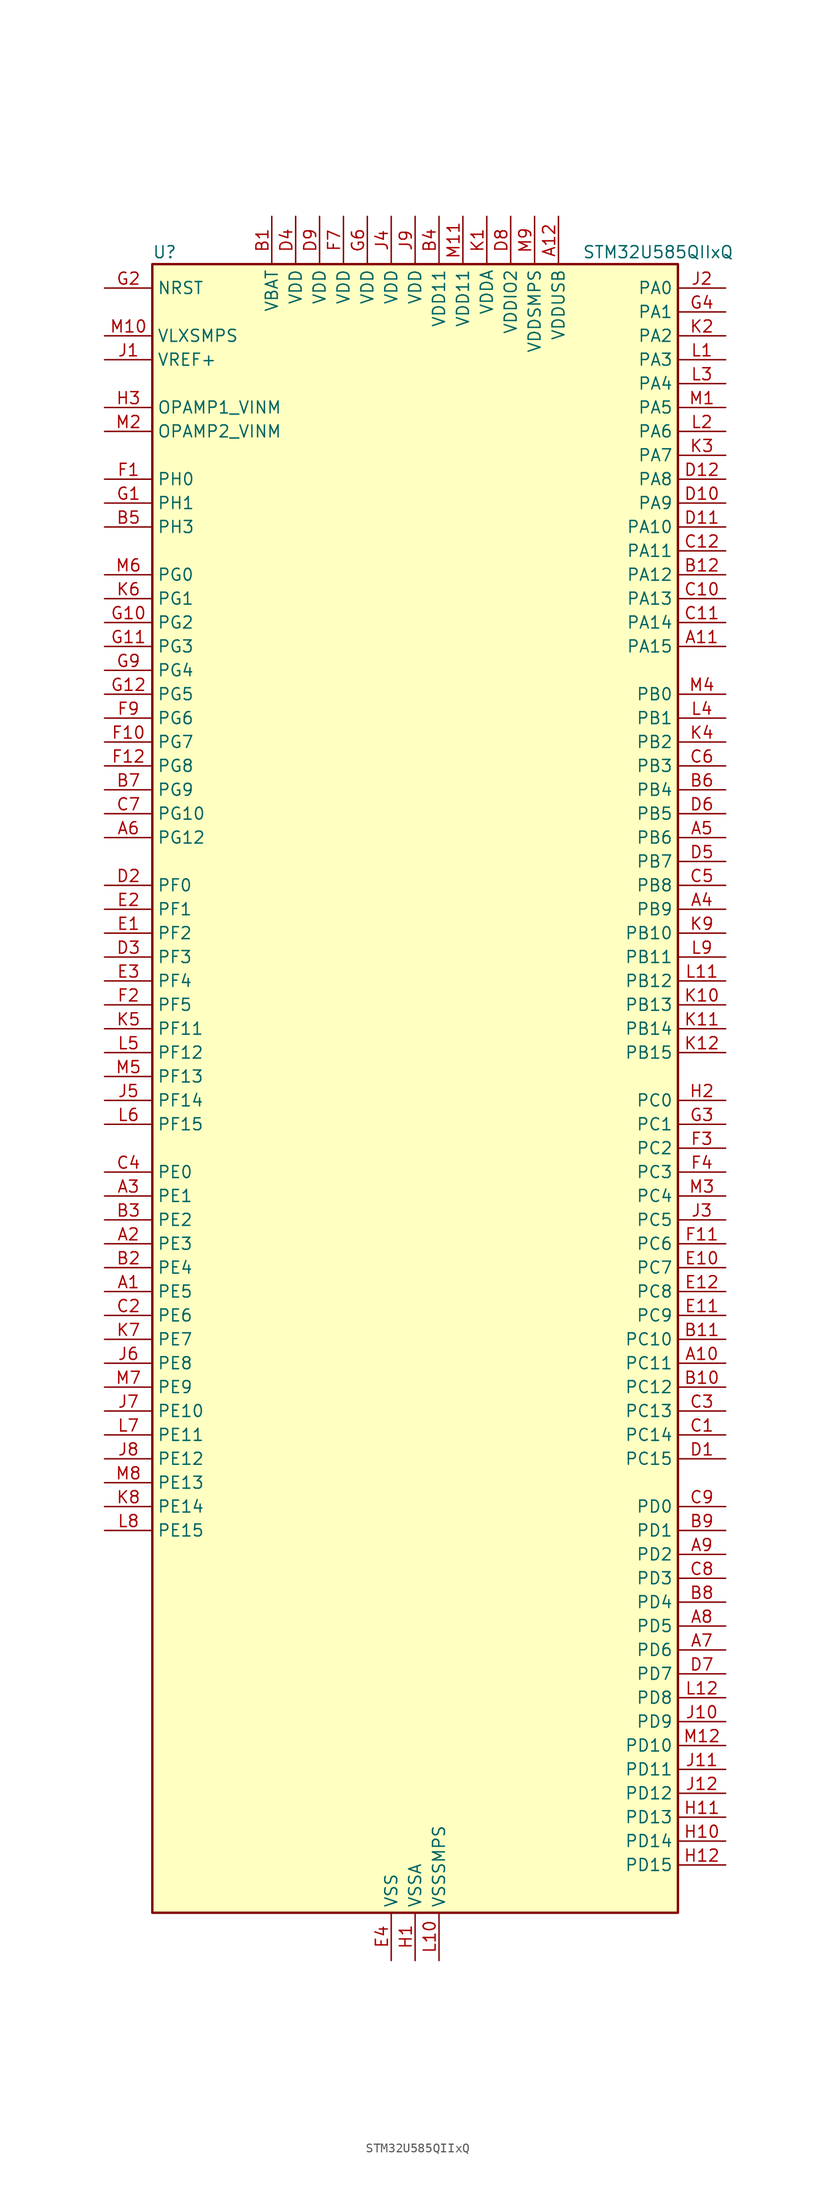
<source format=kicad_sym>
(kicad_symbol_lib
  (version 20211014)
  (generator kicad-library-utils)
  (symbol "STM32U585QIIxQ"
    (property "Reference" "U"
      (at -27.94 90.17 0)
      (effects (font (size 1.27 1.27)) (justify left)))
    (property "Value" "STM32U585QIIxQ"
      (at 17.78 90.17 0)
      (effects (font (size 1.27 1.27)) (justify left)))
    (property "ki_fp_filters" "*UFBGA*7x7mm*Layout12x12*P0.5mm*"
      (at 0.0 0.0 0.0)
      (effects (font (size 1.27 1.27))))
    (symbol "STM32U585QIIxQ_0_1"
      (rectangle (start -27.94 -86.36) (end 27.94 88.9) (stroke (width 0.254)) (fill (type background))))
    (symbol "STM32U585QIIxQ_1_1"
      (pin input line (at -33.02 86.36 0) (length 5.08) (name "NRST" (effects (font (size 1.27 1.27)))) (number "G2" (effects (font (size 1.27 1.27)))))
      (pin power_in line (at -33.02 81.28 0) (length 5.08) (name "VLXSMPS" (effects (font (size 1.27 1.27)))) (number "M10" (effects (font (size 1.27 1.27)))))
      (pin input line (at -33.02 78.74 0) (length 5.08) (name "VREF+" (effects (font (size 1.27 1.27)))) (number "J1" (effects (font (size 1.27 1.27)))) (alternate "VREFBUF_OUT" bidirectional line))
      (pin bidirectional line (at -33.02 73.66 0) (length 5.08) (name "OPAMP1_VINM" (effects (font (size 1.27 1.27)))) (number "H3" (effects (font (size 1.27 1.27)))) (alternate "OPAMP1_VINM" bidirectional line))
      (pin bidirectional line (at -33.02 71.12 0) (length 5.08) (name "OPAMP2_VINM" (effects (font (size 1.27 1.27)))) (number "M2" (effects (font (size 1.27 1.27)))) (alternate "OPAMP2_VINM" bidirectional line))
      (pin bidirectional line (at -33.02 66.04 0) (length 5.08) (name "PH0" (effects (font (size 1.27 1.27)))) (number "F1" (effects (font (size 1.27 1.27)))) (alternate "RCC_OSC_IN" bidirectional line))
      (pin bidirectional line (at -33.02 63.5 0) (length 5.08) (name "PH1" (effects (font (size 1.27 1.27)))) (number "G1" (effects (font (size 1.27 1.27)))) (alternate "RCC_OSC_OUT" bidirectional line))
      (pin bidirectional line (at -33.02 60.96 0) (length 5.08) (name "PH3" (effects (font (size 1.27 1.27)))) (number "B5" (effects (font (size 1.27 1.27)))))
      (pin bidirectional line (at -33.02 55.88 0) (length 5.08) (name "PG0" (effects (font (size 1.27 1.27)))) (number "M6" (effects (font (size 1.27 1.27)))) (alternate "ADC4_IN7" bidirectional line) (alternate "FMC_A10" bidirectional line) (alternate "OCTOSPIM_P2_IO4" bidirectional line) (alternate "TSC_G8_IO3" bidirectional line))
      (pin bidirectional line (at -33.02 53.34 0) (length 5.08) (name "PG1" (effects (font (size 1.27 1.27)))) (number "K6" (effects (font (size 1.27 1.27)))) (alternate "ADC4_IN8" bidirectional line) (alternate "FMC_A11" bidirectional line) (alternate "OCTOSPIM_P2_IO5" bidirectional line) (alternate "TSC_G8_IO4" bidirectional line))
      (pin bidirectional line (at -33.02 50.8 0) (length 5.08) (name "PG2" (effects (font (size 1.27 1.27)))) (number "G10" (effects (font (size 1.27 1.27)))) (alternate "FMC_A12" bidirectional line) (alternate "SAI2_SCK_B" bidirectional line) (alternate "SPI1_SCK" bidirectional line))
      (pin bidirectional line (at -33.02 48.26 0) (length 5.08) (name "PG3" (effects (font (size 1.27 1.27)))) (number "G11" (effects (font (size 1.27 1.27)))) (alternate "FMC_A13" bidirectional line) (alternate "SAI2_FS_B" bidirectional line) (alternate "SPI1_MISO" bidirectional line))
      (pin bidirectional line (at -33.02 45.72 0) (length 5.08) (name "PG4" (effects (font (size 1.27 1.27)))) (number "G9" (effects (font (size 1.27 1.27)))) (alternate "FMC_A14" bidirectional line) (alternate "SAI2_MCLK_B" bidirectional line) (alternate "SPI1_MOSI" bidirectional line))
      (pin bidirectional line (at -33.02 43.18 0) (length 5.08) (name "PG5" (effects (font (size 1.27 1.27)))) (number "G12" (effects (font (size 1.27 1.27)))) (alternate "FMC_A15" bidirectional line) (alternate "LPUART1_CTS" bidirectional line) (alternate "SAI2_SD_B" bidirectional line) (alternate "SPI1_NSS" bidirectional line))
      (pin bidirectional line (at -33.02 40.64 0) (length 5.08) (name "PG6" (effects (font (size 1.27 1.27)))) (number "F9" (effects (font (size 1.27 1.27)))) (alternate "I2C3_SMBA" bidirectional line) (alternate "LPUART1_DE" bidirectional line) (alternate "LPUART1_RTS" bidirectional line) (alternate "OCTOSPIM_P1_DQS" bidirectional line) (alternate "SPI1_RDY" bidirectional line) (alternate "UCPD1_FRSTX1" bidirectional line))
      (pin bidirectional line (at -33.02 38.1 0) (length 5.08) (name "PG7" (effects (font (size 1.27 1.27)))) (number "F10" (effects (font (size 1.27 1.27)))) (alternate "FMC_INT" bidirectional line) (alternate "I2C3_SCL" bidirectional line) (alternate "LPUART1_TX" bidirectional line) (alternate "MDF1_CCK0" bidirectional line) (alternate "OCTOSPIM_P2_DQS" bidirectional line) (alternate "SAI1_CK1" bidirectional line) (alternate "SAI1_MCLK_A" bidirectional line) (alternate "UCPD1_FRSTX2" bidirectional line))
      (pin bidirectional line (at -33.02 35.56 0) (length 5.08) (name "PG8" (effects (font (size 1.27 1.27)))) (number "F12" (effects (font (size 1.27 1.27)))) (alternate "I2C3_SDA" bidirectional line) (alternate "LPUART1_RX" bidirectional line))
      (pin bidirectional line (at -33.02 33.02 0) (length 5.08) (name "PG9" (effects (font (size 1.27 1.27)))) (number "B7" (effects (font (size 1.27 1.27)))) (alternate "DAC1_EXTI9" bidirectional line) (alternate "FMC_NCE" bidirectional line) (alternate "FMC_NE2" bidirectional line) (alternate "OCTOSPIM_P2_IO6" bidirectional line) (alternate "SAI2_SCK_A" bidirectional line) (alternate "SPI3_SCK" bidirectional line) (alternate "TIM15_CH1N" bidirectional line) (alternate "USART1_TX" bidirectional line))
      (pin bidirectional line (at -33.02 30.48 0) (length 5.08) (name "PG10" (effects (font (size 1.27 1.27)))) (number "C7" (effects (font (size 1.27 1.27)))) (alternate "FMC_NE3" bidirectional line) (alternate "LPTIM1_IN1" bidirectional line) (alternate "OCTOSPIM_P2_IO7" bidirectional line) (alternate "SAI2_FS_A" bidirectional line) (alternate "SPI3_MISO" bidirectional line) (alternate "TIM15_CH1" bidirectional line) (alternate "USART1_RX" bidirectional line))
      (pin bidirectional line (at -33.02 27.94 0) (length 5.08) (name "PG12" (effects (font (size 1.27 1.27)))) (number "A6" (effects (font (size 1.27 1.27)))) (alternate "FMC_NE4" bidirectional line) (alternate "LPTIM1_ETR" bidirectional line) (alternate "OCTOSPIM_P2_NCS" bidirectional line) (alternate "SAI2_SD_A" bidirectional line) (alternate "SPI3_NSS" bidirectional line) (alternate "USART1_DE" bidirectional line) (alternate "USART1_RTS" bidirectional line))
      (pin bidirectional line (at -33.02 22.86 0) (length 5.08) (name "PF0" (effects (font (size 1.27 1.27)))) (number "D2" (effects (font (size 1.27 1.27)))) (alternate "FMC_A0" bidirectional line) (alternate "I2C2_SDA" bidirectional line) (alternate "OCTOSPIM_P2_IO0" bidirectional line))
      (pin bidirectional line (at -33.02 20.32 0) (length 5.08) (name "PF1" (effects (font (size 1.27 1.27)))) (number "E2" (effects (font (size 1.27 1.27)))) (alternate "FMC_A1" bidirectional line) (alternate "I2C2_SCL" bidirectional line) (alternate "OCTOSPIM_P2_IO1" bidirectional line))
      (pin bidirectional line (at -33.02 17.78 0) (length 5.08) (name "PF2" (effects (font (size 1.27 1.27)))) (number "E1" (effects (font (size 1.27 1.27)))) (alternate "FMC_A2" bidirectional line) (alternate "I2C2_SMBA" bidirectional line) (alternate "LPTIM3_CH2" bidirectional line) (alternate "OCTOSPIM_P2_IO2" bidirectional line) (alternate "PWR_WKUP8" bidirectional line))
      (pin bidirectional line (at -33.02 15.24 0) (length 5.08) (name "PF3" (effects (font (size 1.27 1.27)))) (number "D3" (effects (font (size 1.27 1.27)))) (alternate "FMC_A3" bidirectional line) (alternate "LPTIM3_IN1" bidirectional line) (alternate "OCTOSPIM_P2_IO3" bidirectional line))
      (pin bidirectional line (at -33.02 12.7 0) (length 5.08) (name "PF4" (effects (font (size 1.27 1.27)))) (number "E3" (effects (font (size 1.27 1.27)))) (alternate "FMC_A4" bidirectional line) (alternate "LPTIM3_ETR" bidirectional line) (alternate "OCTOSPIM_P2_CLK" bidirectional line))
      (pin bidirectional line (at -33.02 10.16 0) (length 5.08) (name "PF5" (effects (font (size 1.27 1.27)))) (number "F2" (effects (font (size 1.27 1.27)))) (alternate "FMC_A5" bidirectional line) (alternate "LPTIM3_CH1" bidirectional line) (alternate "OCTOSPIM_P2_NCLK" bidirectional line))
      (pin bidirectional line (at -33.02 7.62 0) (length 5.08) (name "PF11" (effects (font (size 1.27 1.27)))) (number "K5" (effects (font (size 1.27 1.27)))) (alternate "ADC1_EXTI11" bidirectional line) (alternate "DCMI_D12" bidirectional line) (alternate "LPTIM4_IN1" bidirectional line) (alternate "OCTOSPIM_P1_NCLK" bidirectional line) (alternate "PSSI_D12" bidirectional line))
      (pin bidirectional line (at -33.02 5.08 0) (length 5.08) (name "PF12" (effects (font (size 1.27 1.27)))) (number "L5" (effects (font (size 1.27 1.27)))) (alternate "FMC_A6" bidirectional line) (alternate "LPTIM4_ETR" bidirectional line) (alternate "OCTOSPIM_P2_DQS" bidirectional line))
      (pin bidirectional line (at -33.02 2.54 0) (length 5.08) (name "PF13" (effects (font (size 1.27 1.27)))) (number "M5" (effects (font (size 1.27 1.27)))) (alternate "FMC_A7" bidirectional line) (alternate "I2C4_SMBA" bidirectional line) (alternate "LPTIM4_OUT" bidirectional line) (alternate "UCPD1_FRSTX2" bidirectional line))
      (pin bidirectional line (at -33.02 0.0 0) (length 5.08) (name "PF14" (effects (font (size 1.27 1.27)))) (number "J5" (effects (font (size 1.27 1.27)))) (alternate "ADC4_IN5" bidirectional line) (alternate "FMC_A8" bidirectional line) (alternate "I2C4_SCL" bidirectional line) (alternate "TSC_G8_IO1" bidirectional line))
      (pin bidirectional line (at -33.02 -2.54 0) (length 5.08) (name "PF15" (effects (font (size 1.27 1.27)))) (number "L6" (effects (font (size 1.27 1.27)))) (alternate "ADC1_EXTI15" bidirectional line) (alternate "ADC4_EXTI15" bidirectional line) (alternate "ADC4_IN6" bidirectional line) (alternate "FMC_A9" bidirectional line) (alternate "I2C4_SDA" bidirectional line) (alternate "TSC_G8_IO2" bidirectional line))
      (pin bidirectional line (at -33.02 -7.62 0) (length 5.08) (name "PE0" (effects (font (size 1.27 1.27)))) (number "C4" (effects (font (size 1.27 1.27)))) (alternate "DCMI_D2" bidirectional line) (alternate "FMC_NBL0" bidirectional line) (alternate "PSSI_D2" bidirectional line) (alternate "TIM16_CH1" bidirectional line) (alternate "TIM4_ETR" bidirectional line))
      (pin bidirectional line (at -33.02 -10.16 0) (length 5.08) (name "PE1" (effects (font (size 1.27 1.27)))) (number "A3" (effects (font (size 1.27 1.27)))) (alternate "DCMI_D3" bidirectional line) (alternate "FMC_NBL1" bidirectional line) (alternate "PSSI_D3" bidirectional line) (alternate "TIM17_CH1" bidirectional line))
      (pin bidirectional line (at -33.02 -12.7 0) (length 5.08) (name "PE2" (effects (font (size 1.27 1.27)))) (number "B3" (effects (font (size 1.27 1.27)))) (alternate "DEBUG_TRACECLK" bidirectional line) (alternate "FMC_A23" bidirectional line) (alternate "SAI1_CK1" bidirectional line) (alternate "SAI1_MCLK_A" bidirectional line) (alternate "TIM3_ETR" bidirectional line) (alternate "TSC_G7_IO1" bidirectional line))
      (pin bidirectional line (at -33.02 -15.24 0) (length 5.08) (name "PE3" (effects (font (size 1.27 1.27)))) (number "A2" (effects (font (size 1.27 1.27)))) (alternate "DEBUG_TRACED0" bidirectional line) (alternate "FMC_A19" bidirectional line) (alternate "OCTOSPIM_P1_DQS" bidirectional line) (alternate "SAI1_SD_B" bidirectional line) (alternate "TAMP_IN6" bidirectional line) (alternate "TAMP_OUT3" bidirectional line) (alternate "TIM3_CH1" bidirectional line) (alternate "TSC_G7_IO2" bidirectional line))
      (pin bidirectional line (at -33.02 -17.78 0) (length 5.08) (name "PE4" (effects (font (size 1.27 1.27)))) (number "B2" (effects (font (size 1.27 1.27)))) (alternate "DCMI_D4" bidirectional line) (alternate "DEBUG_TRACED1" bidirectional line) (alternate "FMC_A20" bidirectional line) (alternate "MDF1_SDI3" bidirectional line) (alternate "PSSI_D4" bidirectional line) (alternate "PWR_WKUP1" bidirectional line) (alternate "SAI1_D2" bidirectional line) (alternate "SAI1_FS_A" bidirectional line) (alternate "TAMP_IN7" bidirectional line) (alternate "TAMP_OUT8" bidirectional line) (alternate "TIM3_CH2" bidirectional line) (alternate "TSC_G7_IO3" bidirectional line))
      (pin bidirectional line (at -33.02 -20.32 0) (length 5.08) (name "PE5" (effects (font (size 1.27 1.27)))) (number "A1" (effects (font (size 1.27 1.27)))) (alternate "DCMI_D6" bidirectional line) (alternate "DEBUG_TRACED2" bidirectional line) (alternate "FMC_A21" bidirectional line) (alternate "MDF1_CKI3" bidirectional line) (alternate "PSSI_D6" bidirectional line) (alternate "PWR_WKUP2" bidirectional line) (alternate "SAI1_CK2" bidirectional line) (alternate "SAI1_SCK_A" bidirectional line) (alternate "TAMP_IN8" bidirectional line) (alternate "TAMP_OUT7" bidirectional line) (alternate "TIM3_CH3" bidirectional line) (alternate "TSC_G7_IO4" bidirectional line))
      (pin bidirectional line (at -33.02 -22.86 0) (length 5.08) (name "PE6" (effects (font (size 1.27 1.27)))) (number "C2" (effects (font (size 1.27 1.27)))) (alternate "DCMI_D7" bidirectional line) (alternate "DEBUG_TRACED3" bidirectional line) (alternate "FMC_A22" bidirectional line) (alternate "PSSI_D7" bidirectional line) (alternate "PWR_WKUP3" bidirectional line) (alternate "SAI1_D1" bidirectional line) (alternate "SAI1_SD_A" bidirectional line) (alternate "TAMP_IN3" bidirectional line) (alternate "TAMP_OUT6" bidirectional line) (alternate "TIM3_CH4" bidirectional line))
      (pin bidirectional line (at -33.02 -25.4 0) (length 5.08) (name "PE7" (effects (font (size 1.27 1.27)))) (number "K7" (effects (font (size 1.27 1.27)))) (alternate "FMC_D4" bidirectional line) (alternate "FMC_DA4" bidirectional line) (alternate "MDF1_SDI2" bidirectional line) (alternate "PWR_WKUP6" bidirectional line) (alternate "SAI1_SD_B" bidirectional line) (alternate "TIM1_ETR" bidirectional line))
      (pin bidirectional line (at -33.02 -27.94 0) (length 5.08) (name "PE8" (effects (font (size 1.27 1.27)))) (number "J6" (effects (font (size 1.27 1.27)))) (alternate "FMC_D5" bidirectional line) (alternate "FMC_DA5" bidirectional line) (alternate "MDF1_CKI2" bidirectional line) (alternate "PWR_WKUP7" bidirectional line) (alternate "SAI1_SCK_B" bidirectional line) (alternate "TIM1_CH1N" bidirectional line))
      (pin bidirectional line (at -33.02 -30.48 0) (length 5.08) (name "PE9" (effects (font (size 1.27 1.27)))) (number "M7" (effects (font (size 1.27 1.27)))) (alternate "ADF1_CCK0" bidirectional line) (alternate "DAC1_EXTI9" bidirectional line) (alternate "FMC_D6" bidirectional line) (alternate "FMC_DA6" bidirectional line) (alternate "MDF1_CCK0" bidirectional line) (alternate "OCTOSPIM_P1_NCLK" bidirectional line) (alternate "SAI1_FS_B" bidirectional line) (alternate "TIM1_CH1" bidirectional line))
      (pin bidirectional line (at -33.02 -33.02 0) (length 5.08) (name "PE10" (effects (font (size 1.27 1.27)))) (number "J7" (effects (font (size 1.27 1.27)))) (alternate "ADF1_SDI0" bidirectional line) (alternate "FMC_D7" bidirectional line) (alternate "FMC_DA7" bidirectional line) (alternate "MDF1_SDI4" bidirectional line) (alternate "OCTOSPIM_P1_CLK" bidirectional line) (alternate "SAI1_MCLK_B" bidirectional line) (alternate "TIM1_CH2N" bidirectional line) (alternate "TSC_G5_IO1" bidirectional line))
      (pin bidirectional line (at -33.02 -35.56 0) (length 5.08) (name "PE11" (effects (font (size 1.27 1.27)))) (number "L7" (effects (font (size 1.27 1.27)))) (alternate "ADC1_EXTI11" bidirectional line) (alternate "FMC_D8" bidirectional line) (alternate "FMC_DA8" bidirectional line) (alternate "MDF1_CKI4" bidirectional line) (alternate "OCTOSPIM_P1_NCS" bidirectional line) (alternate "SPI1_RDY" bidirectional line) (alternate "TIM1_CH2" bidirectional line) (alternate "TSC_G5_IO2" bidirectional line))
      (pin bidirectional line (at -33.02 -38.1 0) (length 5.08) (name "PE12" (effects (font (size 1.27 1.27)))) (number "J8" (effects (font (size 1.27 1.27)))) (alternate "FMC_D9" bidirectional line) (alternate "FMC_DA9" bidirectional line) (alternate "MDF1_SDI5" bidirectional line) (alternate "OCTOSPIM_P1_IO0" bidirectional line) (alternate "SPI1_NSS" bidirectional line) (alternate "TIM1_CH3N" bidirectional line) (alternate "TSC_G5_IO3" bidirectional line))
      (pin bidirectional line (at -33.02 -40.64 0) (length 5.08) (name "PE13" (effects (font (size 1.27 1.27)))) (number "M8" (effects (font (size 1.27 1.27)))) (alternate "FMC_D10" bidirectional line) (alternate "FMC_DA10" bidirectional line) (alternate "MDF1_CKI5" bidirectional line) (alternate "OCTOSPIM_P1_IO1" bidirectional line) (alternate "SPI1_SCK" bidirectional line) (alternate "TIM1_CH3" bidirectional line) (alternate "TSC_G5_IO4" bidirectional line))
      (pin bidirectional line (at -33.02 -43.18 0) (length 5.08) (name "PE14" (effects (font (size 1.27 1.27)))) (number "K8" (effects (font (size 1.27 1.27)))) (alternate "FMC_D11" bidirectional line) (alternate "FMC_DA11" bidirectional line) (alternate "OCTOSPIM_P1_IO2" bidirectional line) (alternate "SPI1_MISO" bidirectional line) (alternate "TIM1_BKIN2" bidirectional line) (alternate "TIM1_CH4" bidirectional line))
      (pin bidirectional line (at -33.02 -45.72 0) (length 5.08) (name "PE15" (effects (font (size 1.27 1.27)))) (number "L8" (effects (font (size 1.27 1.27)))) (alternate "ADC1_EXTI15" bidirectional line) (alternate "ADC4_EXTI15" bidirectional line) (alternate "FMC_D12" bidirectional line) (alternate "FMC_DA12" bidirectional line) (alternate "OCTOSPIM_P1_IO3" bidirectional line) (alternate "SPI1_MOSI" bidirectional line) (alternate "TIM1_BKIN" bidirectional line) (alternate "TIM1_CH4N" bidirectional line))
      (pin bidirectional line (at 33.02 86.36 180) (length 5.08) (name "PA0" (effects (font (size 1.27 1.27)))) (number "J2" (effects (font (size 1.27 1.27)))) (alternate "ADC1_IN5" bidirectional line) (alternate "AUDIOCLK" bidirectional line) (alternate "OCTOSPIM_P2_NCS" bidirectional line) (alternate "OPAMP1_VINP" bidirectional line) (alternate "PWR_WKUP1" bidirectional line) (alternate "SDMMC2_CMD" bidirectional line) (alternate "SPI3_RDY" bidirectional line) (alternate "TAMP_IN2" bidirectional line) (alternate "TAMP_OUT1" bidirectional line) (alternate "TIM2_CH1" bidirectional line) (alternate "TIM2_ETR" bidirectional line) (alternate "TIM5_CH1" bidirectional line) (alternate "TIM8_ETR" bidirectional line) (alternate "UART4_TX" bidirectional line) (alternate "USART2_CTS" bidirectional line))
      (pin bidirectional line (at 33.02 83.82 180) (length 5.08) (name "PA1" (effects (font (size 1.27 1.27)))) (number "G4" (effects (font (size 1.27 1.27)))) (alternate "ADC1_IN6" bidirectional line) (alternate "I2C1_SMBA" bidirectional line) (alternate "LPTIM1_CH2" bidirectional line) (alternate "OCTOSPIM_P1_DQS" bidirectional line) (alternate "OPAMP1_VINM" bidirectional line) (alternate "PWR_WKUP3" bidirectional line) (alternate "SPI1_SCK" bidirectional line) (alternate "TAMP_IN5" bidirectional line) (alternate "TAMP_OUT4" bidirectional line) (alternate "TIM15_CH1N" bidirectional line) (alternate "TIM2_CH2" bidirectional line) (alternate "TIM5_CH2" bidirectional line) (alternate "UART4_RX" bidirectional line) (alternate "USART2_DE" bidirectional line) (alternate "USART2_RTS" bidirectional line))
      (pin bidirectional line (at 33.02 81.28 180) (length 5.08) (name "PA2" (effects (font (size 1.27 1.27)))) (number "K2" (effects (font (size 1.27 1.27)))) (alternate "ADC1_IN7" bidirectional line) (alternate "COMP1_INP" bidirectional line) (alternate "LPUART1_TX" bidirectional line) (alternate "OCTOSPIM_P1_NCS" bidirectional line) (alternate "PWR_WKUP4" bidirectional line) (alternate "RCC_LSCO" bidirectional line) (alternate "SPI1_RDY" bidirectional line) (alternate "TIM15_CH1" bidirectional line) (alternate "TIM2_CH3" bidirectional line) (alternate "TIM5_CH3" bidirectional line) (alternate "UCPD1_FRSTX1" bidirectional line) (alternate "USART2_TX" bidirectional line))
      (pin bidirectional line (at 33.02 78.74 180) (length 5.08) (name "PA3" (effects (font (size 1.27 1.27)))) (number "L1" (effects (font (size 1.27 1.27)))) (alternate "ADC1_IN8" bidirectional line) (alternate "LPUART1_RX" bidirectional line) (alternate "OCTOSPIM_P1_CLK" bidirectional line) (alternate "OPAMP1_VOUT" bidirectional line) (alternate "PWR_WKUP5" bidirectional line) (alternate "SAI1_CK1" bidirectional line) (alternate "SAI1_MCLK_A" bidirectional line) (alternate "TIM15_CH2" bidirectional line) (alternate "TIM2_CH4" bidirectional line) (alternate "TIM5_CH4" bidirectional line) (alternate "USART2_RX" bidirectional line))
      (pin bidirectional line (at 33.02 76.2 180) (length 5.08) (name "PA4" (effects (font (size 1.27 1.27)))) (number "L3" (effects (font (size 1.27 1.27)))) (alternate "ADC1_IN9" bidirectional line) (alternate "ADC4_IN9" bidirectional line) (alternate "DAC1_OUT1" bidirectional line) (alternate "DCMI_HSYNC" bidirectional line) (alternate "LPTIM2_CH1" bidirectional line) (alternate "OCTOSPIM_P1_NCS" bidirectional line) (alternate "PSSI_DE" bidirectional line) (alternate "PWR_WKUP2" bidirectional line) (alternate "SAI1_FS_B" bidirectional line) (alternate "SPI1_NSS" bidirectional line) (alternate "SPI3_NSS" bidirectional line) (alternate "USART2_CK" bidirectional line))
      (pin bidirectional line (at 33.02 73.66 180) (length 5.08) (name "PA5" (effects (font (size 1.27 1.27)))) (number "M1" (effects (font (size 1.27 1.27)))) (alternate "ADC1_IN10" bidirectional line) (alternate "ADC4_IN10" bidirectional line) (alternate "DAC1_OUT2" bidirectional line) (alternate "LPTIM2_ETR" bidirectional line) (alternate "PSSI_D14" bidirectional line) (alternate "PWR_CSLEEP" bidirectional line) (alternate "PWR_WKUP6" bidirectional line) (alternate "SPI1_SCK" bidirectional line) (alternate "TIM2_CH1" bidirectional line) (alternate "TIM2_ETR" bidirectional line) (alternate "TIM8_CH1N" bidirectional line) (alternate "USART3_RX" bidirectional line))
      (pin bidirectional line (at 33.02 71.12 180) (length 5.08) (name "PA6" (effects (font (size 1.27 1.27)))) (number "L2" (effects (font (size 1.27 1.27)))) (alternate "ADC1_IN11" bidirectional line) (alternate "ADC4_IN11" bidirectional line) (alternate "DCMI_PIXCLK" bidirectional line) (alternate "LPUART1_CTS" bidirectional line) (alternate "OCTOSPIM_P1_IO3" bidirectional line) (alternate "OPAMP2_VINP" bidirectional line) (alternate "PSSI_PDCK" bidirectional line) (alternate "PWR_CDSTOP" bidirectional line) (alternate "PWR_WKUP7" bidirectional line) (alternate "SPI1_MISO" bidirectional line) (alternate "TIM16_CH1" bidirectional line) (alternate "TIM1_BKIN" bidirectional line) (alternate "TIM3_CH1" bidirectional line) (alternate "TIM8_BKIN" bidirectional line) (alternate "USART3_CTS" bidirectional line))
      (pin bidirectional line (at 33.02 68.58 180) (length 5.08) (name "PA7" (effects (font (size 1.27 1.27)))) (number "K3" (effects (font (size 1.27 1.27)))) (alternate "ADC1_IN12" bidirectional line) (alternate "ADC4_IN20" bidirectional line) (alternate "I2C3_SCL" bidirectional line) (alternate "LPTIM2_CH2" bidirectional line) (alternate "OCTOSPIM_P1_IO2" bidirectional line) (alternate "OPAMP2_VINM" bidirectional line) (alternate "PWR_SRDSTOP" bidirectional line) (alternate "PWR_WKUP8" bidirectional line) (alternate "SPI1_MOSI" bidirectional line) (alternate "TIM17_CH1" bidirectional line) (alternate "TIM1_CH1N" bidirectional line) (alternate "TIM3_CH2" bidirectional line) (alternate "TIM8_CH1N" bidirectional line) (alternate "USART3_TX" bidirectional line))
      (pin bidirectional line (at 33.02 66.04 180) (length 5.08) (name "PA8" (effects (font (size 1.27 1.27)))) (number "D12" (effects (font (size 1.27 1.27)))) (alternate "DEBUG_TRACECLK" bidirectional line) (alternate "LPTIM2_CH1" bidirectional line) (alternate "RCC_MCO" bidirectional line) (alternate "SAI1_CK2" bidirectional line) (alternate "SAI1_SCK_A" bidirectional line) (alternate "SPI1_RDY" bidirectional line) (alternate "TIM1_CH1" bidirectional line) (alternate "USART1_CK" bidirectional line) (alternate "USB_OTG_FS_SOF" bidirectional line))
      (pin bidirectional line (at 33.02 63.5 180) (length 5.08) (name "PA9" (effects (font (size 1.27 1.27)))) (number "D10" (effects (font (size 1.27 1.27)))) (alternate "DAC1_EXTI9" bidirectional line) (alternate "DCMI_D0" bidirectional line) (alternate "PSSI_D0" bidirectional line) (alternate "SAI1_FS_A" bidirectional line) (alternate "SPI2_SCK" bidirectional line) (alternate "TIM15_BKIN" bidirectional line) (alternate "TIM1_CH2" bidirectional line) (alternate "USART1_TX" bidirectional line) (alternate "USB_OTG_FS_VBUS" bidirectional line))
      (pin bidirectional line (at 33.02 60.96 180) (length 5.08) (name "PA10" (effects (font (size 1.27 1.27)))) (number "D11" (effects (font (size 1.27 1.27)))) (alternate "CRS_SYNC" bidirectional line) (alternate "DCMI_D1" bidirectional line) (alternate "LPTIM2_IN2" bidirectional line) (alternate "PSSI_D1" bidirectional line) (alternate "SAI1_D1" bidirectional line) (alternate "SAI1_SD_A" bidirectional line) (alternate "TIM17_BKIN" bidirectional line) (alternate "TIM1_CH3" bidirectional line) (alternate "USART1_RX" bidirectional line) (alternate "USB_OTG_FS_ID" bidirectional line))
      (pin bidirectional line (at 33.02 58.42 180) (length 5.08) (name "PA11" (effects (font (size 1.27 1.27)))) (number "C12" (effects (font (size 1.27 1.27)))) (alternate "ADC1_EXTI11" bidirectional line) (alternate "FDCAN1_RX" bidirectional line) (alternate "SPI1_MISO" bidirectional line) (alternate "TIM1_BKIN2" bidirectional line) (alternate "TIM1_CH4" bidirectional line) (alternate "USART1_CTS" bidirectional line) (alternate "USB_OTG_FS_DM" bidirectional line))
      (pin bidirectional line (at 33.02 55.88 180) (length 5.08) (name "PA12" (effects (font (size 1.27 1.27)))) (number "B12" (effects (font (size 1.27 1.27)))) (alternate "FDCAN1_TX" bidirectional line) (alternate "OCTOSPIM_P2_NCS" bidirectional line) (alternate "SPI1_MOSI" bidirectional line) (alternate "TIM1_ETR" bidirectional line) (alternate "USART1_DE" bidirectional line) (alternate "USART1_RTS" bidirectional line) (alternate "USB_OTG_FS_DP" bidirectional line))
      (pin bidirectional line (at 33.02 53.34 180) (length 5.08) (name "PA13" (effects (font (size 1.27 1.27)))) (number "C10" (effects (font (size 1.27 1.27)))) (alternate "DEBUG_JTMS-SWDIO" bidirectional line) (alternate "IR_OUT" bidirectional line) (alternate "SAI1_SD_B" bidirectional line) (alternate "USB_OTG_FS_NOE" bidirectional line))
      (pin bidirectional line (at 33.02 50.8 180) (length 5.08) (name "PA14" (effects (font (size 1.27 1.27)))) (number "C11" (effects (font (size 1.27 1.27)))) (alternate "DEBUG_JTCK-SWCLK" bidirectional line) (alternate "I2C1_SMBA" bidirectional line) (alternate "I2C4_SMBA" bidirectional line) (alternate "LPTIM1_CH1" bidirectional line) (alternate "SAI1_FS_B" bidirectional line) (alternate "USB_OTG_FS_SOF" bidirectional line))
      (pin bidirectional line (at 33.02 48.26 180) (length 5.08) (name "PA15" (effects (font (size 1.27 1.27)))) (number "A11" (effects (font (size 1.27 1.27)))) (alternate "ADC1_EXTI15" bidirectional line) (alternate "ADC4_EXTI15" bidirectional line) (alternate "DEBUG_JTDI" bidirectional line) (alternate "SAI2_FS_B" bidirectional line) (alternate "SPI1_NSS" bidirectional line) (alternate "SPI3_NSS" bidirectional line) (alternate "TIM2_CH1" bidirectional line) (alternate "TIM2_ETR" bidirectional line) (alternate "UART4_DE" bidirectional line) (alternate "UART4_RTS" bidirectional line) (alternate "UCPD1_CC1" bidirectional line) (alternate "USART2_RX" bidirectional line) (alternate "USART3_DE" bidirectional line) (alternate "USART3_RTS" bidirectional line))
      (pin bidirectional line (at 33.02 43.18 180) (length 5.08) (name "PB0" (effects (font (size 1.27 1.27)))) (number "M4" (effects (font (size 1.27 1.27)))) (alternate "ADC1_IN15" bidirectional line) (alternate "ADC4_IN18" bidirectional line) (alternate "AUDIOCLK" bidirectional line) (alternate "COMP1_OUT" bidirectional line) (alternate "LPTIM3_CH1" bidirectional line) (alternate "OCTOSPIM_P1_IO1" bidirectional line) (alternate "OPAMP2_VOUT" bidirectional line) (alternate "SPI1_NSS" bidirectional line) (alternate "TIM1_CH2N" bidirectional line) (alternate "TIM3_CH3" bidirectional line) (alternate "TIM8_CH2N" bidirectional line) (alternate "USART3_CK" bidirectional line))
      (pin bidirectional line (at 33.02 40.64 180) (length 5.08) (name "PB1" (effects (font (size 1.27 1.27)))) (number "L4" (effects (font (size 1.27 1.27)))) (alternate "ADC1_IN16" bidirectional line) (alternate "ADC4_IN19" bidirectional line) (alternate "COMP1_INM" bidirectional line) (alternate "LPTIM2_IN1" bidirectional line) (alternate "LPTIM3_CH2" bidirectional line) (alternate "LPUART1_DE" bidirectional line) (alternate "LPUART1_RTS" bidirectional line) (alternate "MDF1_SDI0" bidirectional line) (alternate "OCTOSPIM_P1_IO0" bidirectional line) (alternate "PWR_WKUP4" bidirectional line) (alternate "TIM1_CH3N" bidirectional line) (alternate "TIM3_CH4" bidirectional line) (alternate "TIM8_CH3N" bidirectional line) (alternate "USART3_DE" bidirectional line) (alternate "USART3_RTS" bidirectional line))
      (pin bidirectional line (at 33.02 38.1 180) (length 5.08) (name "PB2" (effects (font (size 1.27 1.27)))) (number "K4" (effects (font (size 1.27 1.27)))) (alternate "ADC1_IN17" bidirectional line) (alternate "COMP1_INP" bidirectional line) (alternate "I2C3_SMBA" bidirectional line) (alternate "LPTIM1_CH1" bidirectional line) (alternate "MDF1_CKI0" bidirectional line) (alternate "OCTOSPIM_P1_DQS" bidirectional line) (alternate "PWR_WKUP1" bidirectional line) (alternate "RTC_OUT2" bidirectional line) (alternate "SPI1_RDY" bidirectional line) (alternate "TIM8_CH4N" bidirectional line) (alternate "UCPD1_FRSTX1" bidirectional line))
      (pin bidirectional line (at 33.02 35.56 180) (length 5.08) (name "PB3" (effects (font (size 1.27 1.27)))) (number "C6" (effects (font (size 1.27 1.27)))) (alternate "ADF1_CCK0" bidirectional line) (alternate "COMP2_INM" bidirectional line) (alternate "CRS_SYNC" bidirectional line) (alternate "DEBUG_JTDO-SWO" bidirectional line) (alternate "I2C1_SDA" bidirectional line) (alternate "LPTIM1_CH1" bidirectional line) (alternate "SAI1_SCK_B" bidirectional line) (alternate "SDMMC2_D2" bidirectional line) (alternate "SPI1_SCK" bidirectional line) (alternate "SPI3_SCK" bidirectional line) (alternate "TIM2_CH2" bidirectional line) (alternate "USART1_DE" bidirectional line) (alternate "USART1_RTS" bidirectional line))
      (pin bidirectional line (at 33.02 33.02 180) (length 5.08) (name "PB4" (effects (font (size 1.27 1.27)))) (number "B6" (effects (font (size 1.27 1.27)))) (alternate "ADF1_SDI0" bidirectional line) (alternate "COMP2_INP" bidirectional line) (alternate "DCMI_D12" bidirectional line) (alternate "DEBUG_JTRST" bidirectional line) (alternate "I2C3_SDA" bidirectional line) (alternate "LPTIM1_CH2" bidirectional line) (alternate "PSSI_D12" bidirectional line) (alternate "SAI1_MCLK_B" bidirectional line) (alternate "SDMMC2_D3" bidirectional line) (alternate "SPI1_MISO" bidirectional line) (alternate "SPI3_MISO" bidirectional line) (alternate "TIM17_BKIN" bidirectional line) (alternate "TIM3_CH1" bidirectional line) (alternate "TSC_G2_IO1" bidirectional line) (alternate "UART5_DE" bidirectional line) (alternate "UART5_RTS" bidirectional line) (alternate "USART1_CTS" bidirectional line))
      (pin bidirectional line (at 33.02 30.48 180) (length 5.08) (name "PB5" (effects (font (size 1.27 1.27)))) (number "D6" (effects (font (size 1.27 1.27)))) (alternate "COMP2_OUT" bidirectional line) (alternate "DCMI_D10" bidirectional line) (alternate "I2C1_SMBA" bidirectional line) (alternate "LPTIM1_IN1" bidirectional line) (alternate "OCTOSPIM_P1_NCLK" bidirectional line) (alternate "PSSI_D10" bidirectional line) (alternate "PWR_WKUP6" bidirectional line) (alternate "SAI1_SD_B" bidirectional line) (alternate "SPI1_MOSI" bidirectional line) (alternate "SPI3_MOSI" bidirectional line) (alternate "TIM16_BKIN" bidirectional line) (alternate "TIM3_CH2" bidirectional line) (alternate "TSC_G2_IO2" bidirectional line) (alternate "UART5_CTS" bidirectional line) (alternate "UCPD1_DBCC1" bidirectional line) (alternate "USART1_CK" bidirectional line))
      (pin bidirectional line (at 33.02 27.94 180) (length 5.08) (name "PB6" (effects (font (size 1.27 1.27)))) (number "A5" (effects (font (size 1.27 1.27)))) (alternate "COMP2_INP" bidirectional line) (alternate "DCMI_D5" bidirectional line) (alternate "I2C1_SCL" bidirectional line) (alternate "I2C4_SCL" bidirectional line) (alternate "LPTIM1_ETR" bidirectional line) (alternate "MDF1_SDI5" bidirectional line) (alternate "PSSI_D5" bidirectional line) (alternate "PWR_WKUP3" bidirectional line) (alternate "SAI1_FS_B" bidirectional line) (alternate "TIM16_CH1N" bidirectional line) (alternate "TIM4_CH1" bidirectional line) (alternate "TIM8_BKIN2" bidirectional line) (alternate "TSC_G2_IO3" bidirectional line) (alternate "USART1_TX" bidirectional line))
      (pin bidirectional line (at 33.02 25.4 180) (length 5.08) (name "PB7" (effects (font (size 1.27 1.27)))) (number "D5" (effects (font (size 1.27 1.27)))) (alternate "COMP2_INM" bidirectional line) (alternate "DCMI_VSYNC" bidirectional line) (alternate "FMC_NL" bidirectional line) (alternate "I2C1_SDA" bidirectional line) (alternate "I2C4_SDA" bidirectional line) (alternate "LPTIM1_IN2" bidirectional line) (alternate "MDF1_CKI5" bidirectional line) (alternate "PSSI_RDY" bidirectional line) (alternate "PWR_PVD_IN" bidirectional line) (alternate "PWR_WKUP4" bidirectional line) (alternate "TIM17_CH1N" bidirectional line) (alternate "TIM4_CH2" bidirectional line) (alternate "TIM8_BKIN" bidirectional line) (alternate "TSC_G2_IO4" bidirectional line) (alternate "UART4_CTS" bidirectional line) (alternate "USART1_RX" bidirectional line))
      (pin bidirectional line (at 33.02 22.86 180) (length 5.08) (name "PB8" (effects (font (size 1.27 1.27)))) (number "C5" (effects (font (size 1.27 1.27)))) (alternate "DCMI_D6" bidirectional line) (alternate "FDCAN1_RX" bidirectional line) (alternate "I2C1_SCL" bidirectional line) (alternate "MDF1_CCK0" bidirectional line) (alternate "PSSI_D6" bidirectional line) (alternate "PWR_WKUP5" bidirectional line) (alternate "SAI1_CK1" bidirectional line) (alternate "SAI1_MCLK_A" bidirectional line) (alternate "SDMMC1_CKIN" bidirectional line) (alternate "SDMMC1_D4" bidirectional line) (alternate "SDMMC2_D4" bidirectional line) (alternate "SPI3_RDY" bidirectional line) (alternate "TIM16_CH1" bidirectional line) (alternate "TIM4_CH3" bidirectional line))
      (pin bidirectional line (at 33.02 20.32 180) (length 5.08) (name "PB9" (effects (font (size 1.27 1.27)))) (number "A4" (effects (font (size 1.27 1.27)))) (alternate "DAC1_EXTI9" bidirectional line) (alternate "DCMI_D7" bidirectional line) (alternate "FDCAN1_TX" bidirectional line) (alternate "I2C1_SDA" bidirectional line) (alternate "IR_OUT" bidirectional line) (alternate "PSSI_D7" bidirectional line) (alternate "SAI1_D2" bidirectional line) (alternate "SAI1_FS_A" bidirectional line) (alternate "SDMMC1_CDIR" bidirectional line) (alternate "SDMMC1_D5" bidirectional line) (alternate "SDMMC2_D5" bidirectional line) (alternate "SPI2_NSS" bidirectional line) (alternate "TIM17_CH1" bidirectional line) (alternate "TIM4_CH4" bidirectional line))
      (pin bidirectional line (at 33.02 17.78 180) (length 5.08) (name "PB10" (effects (font (size 1.27 1.27)))) (number "K9" (effects (font (size 1.27 1.27)))) (alternate "COMP1_OUT" bidirectional line) (alternate "I2C2_SCL" bidirectional line) (alternate "I2C4_SCL" bidirectional line) (alternate "LPTIM3_CH1" bidirectional line) (alternate "LPUART1_RX" bidirectional line) (alternate "OCTOSPIM_P1_CLK" bidirectional line) (alternate "PWR_WKUP8" bidirectional line) (alternate "SAI1_SCK_A" bidirectional line) (alternate "SPI2_SCK" bidirectional line) (alternate "TIM2_CH3" bidirectional line) (alternate "TSC_SYNC" bidirectional line) (alternate "USART3_TX" bidirectional line))
      (pin bidirectional line (at 33.02 15.24 180) (length 5.08) (name "PB11" (effects (font (size 1.27 1.27)))) (number "L9" (effects (font (size 1.27 1.27)))) (alternate "ADC1_EXTI11" bidirectional line) (alternate "COMP2_OUT" bidirectional line) (alternate "I2C2_SDA" bidirectional line) (alternate "I2C4_SDA" bidirectional line) (alternate "LPUART1_TX" bidirectional line) (alternate "OCTOSPIM_P1_NCS" bidirectional line) (alternate "SPI2_RDY" bidirectional line) (alternate "TIM2_CH4" bidirectional line) (alternate "USART3_RX" bidirectional line))
      (pin bidirectional line (at 33.02 12.7 180) (length 5.08) (name "PB12" (effects (font (size 1.27 1.27)))) (number "L11" (effects (font (size 1.27 1.27)))) (alternate "I2C2_SMBA" bidirectional line) (alternate "LPUART1_DE" bidirectional line) (alternate "LPUART1_RTS" bidirectional line) (alternate "MDF1_SDI1" bidirectional line) (alternate "OCTOSPIM_P1_NCLK" bidirectional line) (alternate "SAI2_FS_A" bidirectional line) (alternate "SPI2_NSS" bidirectional line) (alternate "TIM15_BKIN" bidirectional line) (alternate "TIM1_BKIN" bidirectional line) (alternate "TSC_G1_IO1" bidirectional line) (alternate "USART3_CK" bidirectional line))
      (pin bidirectional line (at 33.02 10.16 180) (length 5.08) (name "PB13" (effects (font (size 1.27 1.27)))) (number "K10" (effects (font (size 1.27 1.27)))) (alternate "I2C2_SCL" bidirectional line) (alternate "LPTIM3_IN1" bidirectional line) (alternate "LPUART1_CTS" bidirectional line) (alternate "MDF1_CKI1" bidirectional line) (alternate "SAI2_SCK_A" bidirectional line) (alternate "SPI2_SCK" bidirectional line) (alternate "TIM15_CH1N" bidirectional line) (alternate "TIM1_CH1N" bidirectional line) (alternate "TSC_G1_IO2" bidirectional line) (alternate "USART3_CTS" bidirectional line))
      (pin bidirectional line (at 33.02 7.62 180) (length 5.08) (name "PB14" (effects (font (size 1.27 1.27)))) (number "K11" (effects (font (size 1.27 1.27)))) (alternate "I2C2_SDA" bidirectional line) (alternate "LPTIM3_ETR" bidirectional line) (alternate "MDF1_SDI2" bidirectional line) (alternate "SAI2_MCLK_A" bidirectional line) (alternate "SDMMC2_D0" bidirectional line) (alternate "SPI2_MISO" bidirectional line) (alternate "TIM15_CH1" bidirectional line) (alternate "TIM1_CH2N" bidirectional line) (alternate "TIM8_CH2N" bidirectional line) (alternate "TSC_G1_IO3" bidirectional line) (alternate "UCPD1_DBCC2" bidirectional line) (alternate "USART3_DE" bidirectional line) (alternate "USART3_RTS" bidirectional line))
      (pin bidirectional line (at 33.02 5.08 180) (length 5.08) (name "PB15" (effects (font (size 1.27 1.27)))) (number "K12" (effects (font (size 1.27 1.27)))) (alternate "ADC1_EXTI15" bidirectional line) (alternate "ADC4_EXTI15" bidirectional line) (alternate "FMC_NBL1" bidirectional line) (alternate "LPTIM2_IN2" bidirectional line) (alternate "MDF1_CKI2" bidirectional line) (alternate "PWR_WKUP7" bidirectional line) (alternate "RTC_REFIN" bidirectional line) (alternate "SAI2_SD_A" bidirectional line) (alternate "SDMMC2_D1" bidirectional line) (alternate "SPI2_MOSI" bidirectional line) (alternate "TIM15_CH2" bidirectional line) (alternate "TIM1_CH3N" bidirectional line) (alternate "TIM8_CH3N" bidirectional line) (alternate "UCPD1_CC2" bidirectional line))
      (pin bidirectional line (at 33.02 0.0 180) (length 5.08) (name "PC0" (effects (font (size 1.27 1.27)))) (number "H2" (effects (font (size 1.27 1.27)))) (alternate "ADC1_IN1" bidirectional line) (alternate "ADC4_IN1" bidirectional line) (alternate "I2C3_SCL" bidirectional line) (alternate "LPTIM1_IN1" bidirectional line) (alternate "LPTIM2_IN1" bidirectional line) (alternate "LPUART1_RX" bidirectional line) (alternate "MDF1_SDI4" bidirectional line) (alternate "OCTOSPIM_P1_IO7" bidirectional line) (alternate "SAI2_FS_A" bidirectional line) (alternate "SDMMC1_D5" bidirectional line) (alternate "SPI2_RDY" bidirectional line))
      (pin bidirectional line (at 33.02 -2.54 180) (length 5.08) (name "PC1" (effects (font (size 1.27 1.27)))) (number "G3" (effects (font (size 1.27 1.27)))) (alternate "ADC1_IN2" bidirectional line) (alternate "ADC4_IN2" bidirectional line) (alternate "DEBUG_TRACED0" bidirectional line) (alternate "I2C3_SDA" bidirectional line) (alternate "LPTIM1_CH1" bidirectional line) (alternate "LPUART1_TX" bidirectional line) (alternate "MDF1_CKI4" bidirectional line) (alternate "OCTOSPIM_P1_IO4" bidirectional line) (alternate "SAI1_SD_A" bidirectional line) (alternate "SDMMC2_CK" bidirectional line) (alternate "SPI2_MOSI" bidirectional line))
      (pin bidirectional line (at 33.02 -5.08 180) (length 5.08) (name "PC2" (effects (font (size 1.27 1.27)))) (number "F3" (effects (font (size 1.27 1.27)))) (alternate "ADC1_IN3" bidirectional line) (alternate "ADC4_IN3" bidirectional line) (alternate "LPTIM1_IN2" bidirectional line) (alternate "MDF1_CCK1" bidirectional line) (alternate "OCTOSPIM_P1_IO5" bidirectional line) (alternate "SPI2_MISO" bidirectional line))
      (pin bidirectional line (at 33.02 -7.62 180) (length 5.08) (name "PC3" (effects (font (size 1.27 1.27)))) (number "F4" (effects (font (size 1.27 1.27)))) (alternate "ADC1_IN4" bidirectional line) (alternate "ADC4_IN4" bidirectional line) (alternate "LPTIM1_ETR" bidirectional line) (alternate "LPTIM2_ETR" bidirectional line) (alternate "LPTIM3_CH1" bidirectional line) (alternate "OCTOSPIM_P1_IO6" bidirectional line) (alternate "SAI1_D1" bidirectional line) (alternate "SAI1_SD_A" bidirectional line) (alternate "SPI2_MOSI" bidirectional line))
      (pin bidirectional line (at 33.02 -10.16 180) (length 5.08) (name "PC4" (effects (font (size 1.27 1.27)))) (number "M3" (effects (font (size 1.27 1.27)))) (alternate "ADC1_IN13" bidirectional line) (alternate "ADC4_IN22" bidirectional line) (alternate "COMP1_INM" bidirectional line) (alternate "OCTOSPIM_P1_IO7" bidirectional line) (alternate "USART3_TX" bidirectional line))
      (pin bidirectional line (at 33.02 -12.7 180) (length 5.08) (name "PC5" (effects (font (size 1.27 1.27)))) (number "J3" (effects (font (size 1.27 1.27)))) (alternate "ADC1_IN14" bidirectional line) (alternate "ADC4_IN23" bidirectional line) (alternate "COMP1_INP" bidirectional line) (alternate "PSSI_D15" bidirectional line) (alternate "PWR_WKUP5" bidirectional line) (alternate "SAI1_D3" bidirectional line) (alternate "TAMP_IN4" bidirectional line) (alternate "TAMP_OUT5" bidirectional line) (alternate "TIM1_CH4N" bidirectional line) (alternate "USART3_RX" bidirectional line))
      (pin bidirectional line (at 33.02 -15.24 180) (length 5.08) (name "PC6" (effects (font (size 1.27 1.27)))) (number "F11" (effects (font (size 1.27 1.27)))) (alternate "DCMI_D0" bidirectional line) (alternate "MDF1_CKI3" bidirectional line) (alternate "PSSI_D0" bidirectional line) (alternate "PWR_CSLEEP" bidirectional line) (alternate "SAI2_MCLK_A" bidirectional line) (alternate "SDMMC1_D0DIR" bidirectional line) (alternate "SDMMC1_D6" bidirectional line) (alternate "SDMMC2_D6" bidirectional line) (alternate "TIM3_CH1" bidirectional line) (alternate "TIM8_CH1" bidirectional line) (alternate "TSC_G4_IO1" bidirectional line))
      (pin bidirectional line (at 33.02 -17.78 180) (length 5.08) (name "PC7" (effects (font (size 1.27 1.27)))) (number "E10" (effects (font (size 1.27 1.27)))) (alternate "DCMI_D1" bidirectional line) (alternate "LPTIM2_CH2" bidirectional line) (alternate "MDF1_SDI3" bidirectional line) (alternate "PSSI_D1" bidirectional line) (alternate "PWR_CDSTOP" bidirectional line) (alternate "SAI2_MCLK_B" bidirectional line) (alternate "SDMMC1_D123DIR" bidirectional line) (alternate "SDMMC1_D7" bidirectional line) (alternate "SDMMC2_D7" bidirectional line) (alternate "TIM3_CH2" bidirectional line) (alternate "TIM8_CH2" bidirectional line) (alternate "TSC_G4_IO2" bidirectional line))
      (pin bidirectional line (at 33.02 -20.32 180) (length 5.08) (name "PC8" (effects (font (size 1.27 1.27)))) (number "E12" (effects (font (size 1.27 1.27)))) (alternate "DCMI_D2" bidirectional line) (alternate "LPTIM3_CH1" bidirectional line) (alternate "PSSI_D2" bidirectional line) (alternate "PWR_SRDSTOP" bidirectional line) (alternate "SDMMC1_D0" bidirectional line) (alternate "TIM3_CH3" bidirectional line) (alternate "TIM8_CH3" bidirectional line) (alternate "TSC_G4_IO3" bidirectional line))
      (pin bidirectional line (at 33.02 -22.86 180) (length 5.08) (name "PC9" (effects (font (size 1.27 1.27)))) (number "E11" (effects (font (size 1.27 1.27)))) (alternate "DAC1_EXTI9" bidirectional line) (alternate "DCMI_D3" bidirectional line) (alternate "DEBUG_TRACED0" bidirectional line) (alternate "LPTIM3_CH2" bidirectional line) (alternate "PSSI_D3" bidirectional line) (alternate "SDMMC1_D1" bidirectional line) (alternate "TIM3_CH4" bidirectional line) (alternate "TIM8_BKIN2" bidirectional line) (alternate "TIM8_CH4" bidirectional line) (alternate "TSC_G4_IO4" bidirectional line) (alternate "USB_OTG_FS_NOE" bidirectional line))
      (pin bidirectional line (at 33.02 -25.4 180) (length 5.08) (name "PC10" (effects (font (size 1.27 1.27)))) (number "B11" (effects (font (size 1.27 1.27)))) (alternate "ADF1_CCK1" bidirectional line) (alternate "DCMI_D8" bidirectional line) (alternate "DEBUG_TRACED1" bidirectional line) (alternate "LPTIM3_ETR" bidirectional line) (alternate "PSSI_D8" bidirectional line) (alternate "SAI2_SCK_B" bidirectional line) (alternate "SDMMC1_D2" bidirectional line) (alternate "SPI3_SCK" bidirectional line) (alternate "TSC_G3_IO2" bidirectional line) (alternate "UART4_TX" bidirectional line) (alternate "USART3_TX" bidirectional line))
      (pin bidirectional line (at 33.02 -27.94 180) (length 5.08) (name "PC11" (effects (font (size 1.27 1.27)))) (number "A10" (effects (font (size 1.27 1.27)))) (alternate "ADC1_EXTI11" bidirectional line) (alternate "ADF1_SDI0" bidirectional line) (alternate "DCMI_D2" bidirectional line) (alternate "DCMI_D4" bidirectional line) (alternate "LPTIM3_IN1" bidirectional line) (alternate "OCTOSPIM_P1_NCS" bidirectional line) (alternate "PSSI_D2" bidirectional line) (alternate "PSSI_D4" bidirectional line) (alternate "SAI2_MCLK_B" bidirectional line) (alternate "SDMMC1_D3" bidirectional line) (alternate "SPI3_MISO" bidirectional line) (alternate "TSC_G3_IO3" bidirectional line) (alternate "UART4_RX" bidirectional line) (alternate "UCPD1_FRSTX2" bidirectional line) (alternate "USART3_RX" bidirectional line))
      (pin bidirectional line (at 33.02 -30.48 180) (length 5.08) (name "PC12" (effects (font (size 1.27 1.27)))) (number "B10" (effects (font (size 1.27 1.27)))) (alternate "DCMI_D9" bidirectional line) (alternate "DEBUG_TRACED3" bidirectional line) (alternate "PSSI_D9" bidirectional line) (alternate "SAI2_SD_B" bidirectional line) (alternate "SDMMC1_CK" bidirectional line) (alternate "SPI3_MOSI" bidirectional line) (alternate "TSC_G3_IO4" bidirectional line) (alternate "UART5_TX" bidirectional line) (alternate "USART3_CK" bidirectional line))
      (pin bidirectional line (at 33.02 -33.02 180) (length 5.08) (name "PC13" (effects (font (size 1.27 1.27)))) (number "C3" (effects (font (size 1.27 1.27)))) (alternate "PWR_WKUP2" bidirectional line) (alternate "RTC_OUT1" bidirectional line) (alternate "RTC_TS" bidirectional line) (alternate "TAMP_IN1" bidirectional line) (alternate "TAMP_OUT2" bidirectional line))
      (pin bidirectional line (at 33.02 -35.56 180) (length 5.08) (name "PC14" (effects (font (size 1.27 1.27)))) (number "C1" (effects (font (size 1.27 1.27)))) (alternate "RCC_OSC32_IN" bidirectional line))
      (pin bidirectional line (at 33.02 -38.1 180) (length 5.08) (name "PC15" (effects (font (size 1.27 1.27)))) (number "D1" (effects (font (size 1.27 1.27)))) (alternate "ADC1_EXTI15" bidirectional line) (alternate "ADC4_EXTI15" bidirectional line) (alternate "RCC_OSC32_OUT" bidirectional line))
      (pin bidirectional line (at 33.02 -43.18 180) (length 5.08) (name "PD0" (effects (font (size 1.27 1.27)))) (number "C9" (effects (font (size 1.27 1.27)))) (alternate "FDCAN1_RX" bidirectional line) (alternate "FMC_D2" bidirectional line) (alternate "FMC_DA2" bidirectional line) (alternate "SPI2_NSS" bidirectional line) (alternate "TIM8_CH4N" bidirectional line))
      (pin bidirectional line (at 33.02 -45.72 180) (length 5.08) (name "PD1" (effects (font (size 1.27 1.27)))) (number "B9" (effects (font (size 1.27 1.27)))) (alternate "FDCAN1_TX" bidirectional line) (alternate "FMC_D3" bidirectional line) (alternate "FMC_DA3" bidirectional line) (alternate "SPI2_SCK" bidirectional line))
      (pin bidirectional line (at 33.02 -48.26 180) (length 5.08) (name "PD2" (effects (font (size 1.27 1.27)))) (number "A9" (effects (font (size 1.27 1.27)))) (alternate "DCMI_D11" bidirectional line) (alternate "DEBUG_TRACED2" bidirectional line) (alternate "LPTIM4_ETR" bidirectional line) (alternate "PSSI_D11" bidirectional line) (alternate "SDMMC1_CMD" bidirectional line) (alternate "TIM3_ETR" bidirectional line) (alternate "TSC_SYNC" bidirectional line) (alternate "UART5_RX" bidirectional line) (alternate "USART3_DE" bidirectional line) (alternate "USART3_RTS" bidirectional line))
      (pin bidirectional line (at 33.02 -50.8 180) (length 5.08) (name "PD3" (effects (font (size 1.27 1.27)))) (number "C8" (effects (font (size 1.27 1.27)))) (alternate "DCMI_D5" bidirectional line) (alternate "FMC_CLK" bidirectional line) (alternate "MDF1_SDI0" bidirectional line) (alternate "OCTOSPIM_P2_NCS" bidirectional line) (alternate "PSSI_D5" bidirectional line) (alternate "SPI2_MISO" bidirectional line) (alternate "SPI2_SCK" bidirectional line) (alternate "USART2_CTS" bidirectional line))
      (pin bidirectional line (at 33.02 -53.34 180) (length 5.08) (name "PD4" (effects (font (size 1.27 1.27)))) (number "B8" (effects (font (size 1.27 1.27)))) (alternate "FMC_NOE" bidirectional line) (alternate "MDF1_CKI0" bidirectional line) (alternate "OCTOSPIM_P1_IO4" bidirectional line) (alternate "SPI2_MOSI" bidirectional line) (alternate "USART2_DE" bidirectional line) (alternate "USART2_RTS" bidirectional line))
      (pin bidirectional line (at 33.02 -55.88 180) (length 5.08) (name "PD5" (effects (font (size 1.27 1.27)))) (number "A8" (effects (font (size 1.27 1.27)))) (alternate "FMC_NWE" bidirectional line) (alternate "OCTOSPIM_P1_IO5" bidirectional line) (alternate "SPI2_RDY" bidirectional line) (alternate "USART2_TX" bidirectional line))
      (pin bidirectional line (at 33.02 -58.42 180) (length 5.08) (name "PD6" (effects (font (size 1.27 1.27)))) (number "A7" (effects (font (size 1.27 1.27)))) (alternate "DCMI_D10" bidirectional line) (alternate "FMC_NWAIT" bidirectional line) (alternate "MDF1_SDI1" bidirectional line) (alternate "OCTOSPIM_P1_IO6" bidirectional line) (alternate "PSSI_D10" bidirectional line) (alternate "SAI1_D1" bidirectional line) (alternate "SAI1_SD_A" bidirectional line) (alternate "SDMMC2_CK" bidirectional line) (alternate "SPI3_MOSI" bidirectional line) (alternate "USART2_RX" bidirectional line))
      (pin bidirectional line (at 33.02 -60.96 180) (length 5.08) (name "PD7" (effects (font (size 1.27 1.27)))) (number "D7" (effects (font (size 1.27 1.27)))) (alternate "FMC_NCE" bidirectional line) (alternate "FMC_NE1" bidirectional line) (alternate "LPTIM4_OUT" bidirectional line) (alternate "MDF1_CKI1" bidirectional line) (alternate "OCTOSPIM_P1_IO7" bidirectional line) (alternate "SDMMC2_CMD" bidirectional line) (alternate "USART2_CK" bidirectional line))
      (pin bidirectional line (at 33.02 -63.5 180) (length 5.08) (name "PD8" (effects (font (size 1.27 1.27)))) (number "L12" (effects (font (size 1.27 1.27)))) (alternate "DCMI_HSYNC" bidirectional line) (alternate "FMC_D13" bidirectional line) (alternate "FMC_DA13" bidirectional line) (alternate "PSSI_DE" bidirectional line) (alternate "USART3_TX" bidirectional line))
      (pin bidirectional line (at 33.02 -66.04 180) (length 5.08) (name "PD9" (effects (font (size 1.27 1.27)))) (number "J10" (effects (font (size 1.27 1.27)))) (alternate "DAC1_EXTI9" bidirectional line) (alternate "DCMI_PIXCLK" bidirectional line) (alternate "FMC_D14" bidirectional line) (alternate "FMC_DA14" bidirectional line) (alternate "LPTIM2_IN2" bidirectional line) (alternate "LPTIM3_IN1" bidirectional line) (alternate "PSSI_PDCK" bidirectional line) (alternate "SAI2_MCLK_A" bidirectional line) (alternate "USART3_RX" bidirectional line))
      (pin bidirectional line (at 33.02 -68.58 180) (length 5.08) (name "PD10" (effects (font (size 1.27 1.27)))) (number "M12" (effects (font (size 1.27 1.27)))) (alternate "FMC_D15" bidirectional line) (alternate "FMC_DA15" bidirectional line) (alternate "LPTIM2_CH2" bidirectional line) (alternate "LPTIM3_ETR" bidirectional line) (alternate "SAI2_SCK_A" bidirectional line) (alternate "TSC_G6_IO1" bidirectional line) (alternate "USART3_CK" bidirectional line))
      (pin bidirectional line (at 33.02 -71.12 180) (length 5.08) (name "PD11" (effects (font (size 1.27 1.27)))) (number "J11" (effects (font (size 1.27 1.27)))) (alternate "ADC1_EXTI11" bidirectional line) (alternate "ADC4_IN15" bidirectional line) (alternate "FMC_A16" bidirectional line) (alternate "FMC_CLE" bidirectional line) (alternate "I2C4_SMBA" bidirectional line) (alternate "LPTIM2_ETR" bidirectional line) (alternate "SAI2_SD_A" bidirectional line) (alternate "TSC_G6_IO2" bidirectional line) (alternate "USART3_CTS" bidirectional line))
      (pin bidirectional line (at 33.02 -73.66 180) (length 5.08) (name "PD12" (effects (font (size 1.27 1.27)))) (number "J12" (effects (font (size 1.27 1.27)))) (alternate "ADC4_IN16" bidirectional line) (alternate "FMC_A17" bidirectional line) (alternate "FMC_ALE" bidirectional line) (alternate "I2C4_SCL" bidirectional line) (alternate "LPTIM2_IN1" bidirectional line) (alternate "SAI2_FS_A" bidirectional line) (alternate "TIM4_CH1" bidirectional line) (alternate "TSC_G6_IO3" bidirectional line) (alternate "USART3_DE" bidirectional line) (alternate "USART3_RTS" bidirectional line))
      (pin bidirectional line (at 33.02 -76.2 180) (length 5.08) (name "PD13" (effects (font (size 1.27 1.27)))) (number "H11" (effects (font (size 1.27 1.27)))) (alternate "ADC4_IN17" bidirectional line) (alternate "FMC_A18" bidirectional line) (alternate "I2C4_SDA" bidirectional line) (alternate "LPTIM2_CH1" bidirectional line) (alternate "LPTIM4_IN1" bidirectional line) (alternate "TIM4_CH2" bidirectional line) (alternate "TSC_G6_IO4" bidirectional line))
      (pin bidirectional line (at 33.02 -78.74 180) (length 5.08) (name "PD14" (effects (font (size 1.27 1.27)))) (number "H10" (effects (font (size 1.27 1.27)))) (alternate "FMC_D0" bidirectional line) (alternate "FMC_DA0" bidirectional line) (alternate "LPTIM3_CH1" bidirectional line) (alternate "TIM4_CH3" bidirectional line))
      (pin bidirectional line (at 33.02 -81.28 180) (length 5.08) (name "PD15" (effects (font (size 1.27 1.27)))) (number "H12" (effects (font (size 1.27 1.27)))) (alternate "ADC1_EXTI15" bidirectional line) (alternate "ADC4_EXTI15" bidirectional line) (alternate "FMC_D1" bidirectional line) (alternate "FMC_DA1" bidirectional line) (alternate "LPTIM3_CH2" bidirectional line) (alternate "TIM4_CH4" bidirectional line))
      (pin power_in line (at -15.24 93.98 270) (length 5.08) (name "VBAT" (effects (font (size 1.27 1.27)))) (number "B1" (effects (font (size 1.27 1.27)))))
      (pin power_in line (at -12.7 93.98 270) (length 5.08) (name "VDD" (effects (font (size 1.27 1.27)))) (number "D4" (effects (font (size 1.27 1.27)))))
      (pin power_in line (at -10.16 93.98 270) (length 5.08) (name "VDD" (effects (font (size 1.27 1.27)))) (number "D9" (effects (font (size 1.27 1.27)))))
      (pin power_in line (at -7.62 93.98 270) (length 5.08) (name "VDD" (effects (font (size 1.27 1.27)))) (number "F7" (effects (font (size 1.27 1.27)))))
      (pin power_in line (at -5.08 93.98 270) (length 5.08) (name "VDD" (effects (font (size 1.27 1.27)))) (number "G6" (effects (font (size 1.27 1.27)))))
      (pin power_in line (at -2.54 93.98 270) (length 5.08) (name "VDD" (effects (font (size 1.27 1.27)))) (number "J4" (effects (font (size 1.27 1.27)))))
      (pin power_in line (at 0.0 93.98 270) (length 5.08) (name "VDD" (effects (font (size 1.27 1.27)))) (number "J9" (effects (font (size 1.27 1.27)))))
      (pin power_in line (at 2.54 93.98 270) (length 5.08) (name "VDD11" (effects (font (size 1.27 1.27)))) (number "B4" (effects (font (size 1.27 1.27)))))
      (pin power_in line (at 5.08 93.98 270) (length 5.08) (name "VDD11" (effects (font (size 1.27 1.27)))) (number "M11" (effects (font (size 1.27 1.27)))))
      (pin power_in line (at 7.62 93.98 270) (length 5.08) (name "VDDA" (effects (font (size 1.27 1.27)))) (number "K1" (effects (font (size 1.27 1.27)))))
      (pin power_in line (at 10.16 93.98 270) (length 5.08) (name "VDDIO2" (effects (font (size 1.27 1.27)))) (number "D8" (effects (font (size 1.27 1.27)))))
      (pin power_in line (at 12.7 93.98 270) (length 5.08) (name "VDDSMPS" (effects (font (size 1.27 1.27)))) (number "M9" (effects (font (size 1.27 1.27)))))
      (pin power_in line (at 15.24 93.98 270) (length 5.08) (name "VDDUSB" (effects (font (size 1.27 1.27)))) (number "A12" (effects (font (size 1.27 1.27)))))
      (pin power_in line (at -2.54 -91.44 90) (length 5.08) (name "VSS" (effects (font (size 1.27 1.27)))) (number "E4" (effects (font (size 1.27 1.27)))))
      (pin passive line (at -2.54 -91.44 90) (length 5.08) hide (name "VSS" (effects (font (size 1.27 1.27)))) (number "E9" (effects (font (size 1.27 1.27)))))
      (pin passive line (at -2.54 -91.44 90) (length 5.08) hide (name "VSS" (effects (font (size 1.27 1.27)))) (number "F6" (effects (font (size 1.27 1.27)))))
      (pin passive line (at -2.54 -91.44 90) (length 5.08) hide (name "VSS" (effects (font (size 1.27 1.27)))) (number "G7" (effects (font (size 1.27 1.27)))))
      (pin passive line (at -2.54 -91.44 90) (length 5.08) hide (name "VSS" (effects (font (size 1.27 1.27)))) (number "H4" (effects (font (size 1.27 1.27)))))
      (pin passive line (at -2.54 -91.44 90) (length 5.08) hide (name "VSS" (effects (font (size 1.27 1.27)))) (number "H9" (effects (font (size 1.27 1.27)))))
      (pin power_in line (at 0.0 -91.44 90) (length 5.08) (name "VSSA" (effects (font (size 1.27 1.27)))) (number "H1" (effects (font (size 1.27 1.27)))))
      (pin power_in line (at 2.54 -91.44 90) (length 5.08) (name "VSSSMPS" (effects (font (size 1.27 1.27)))) (number "L10" (effects (font (size 1.27 1.27))))))))
</source>
